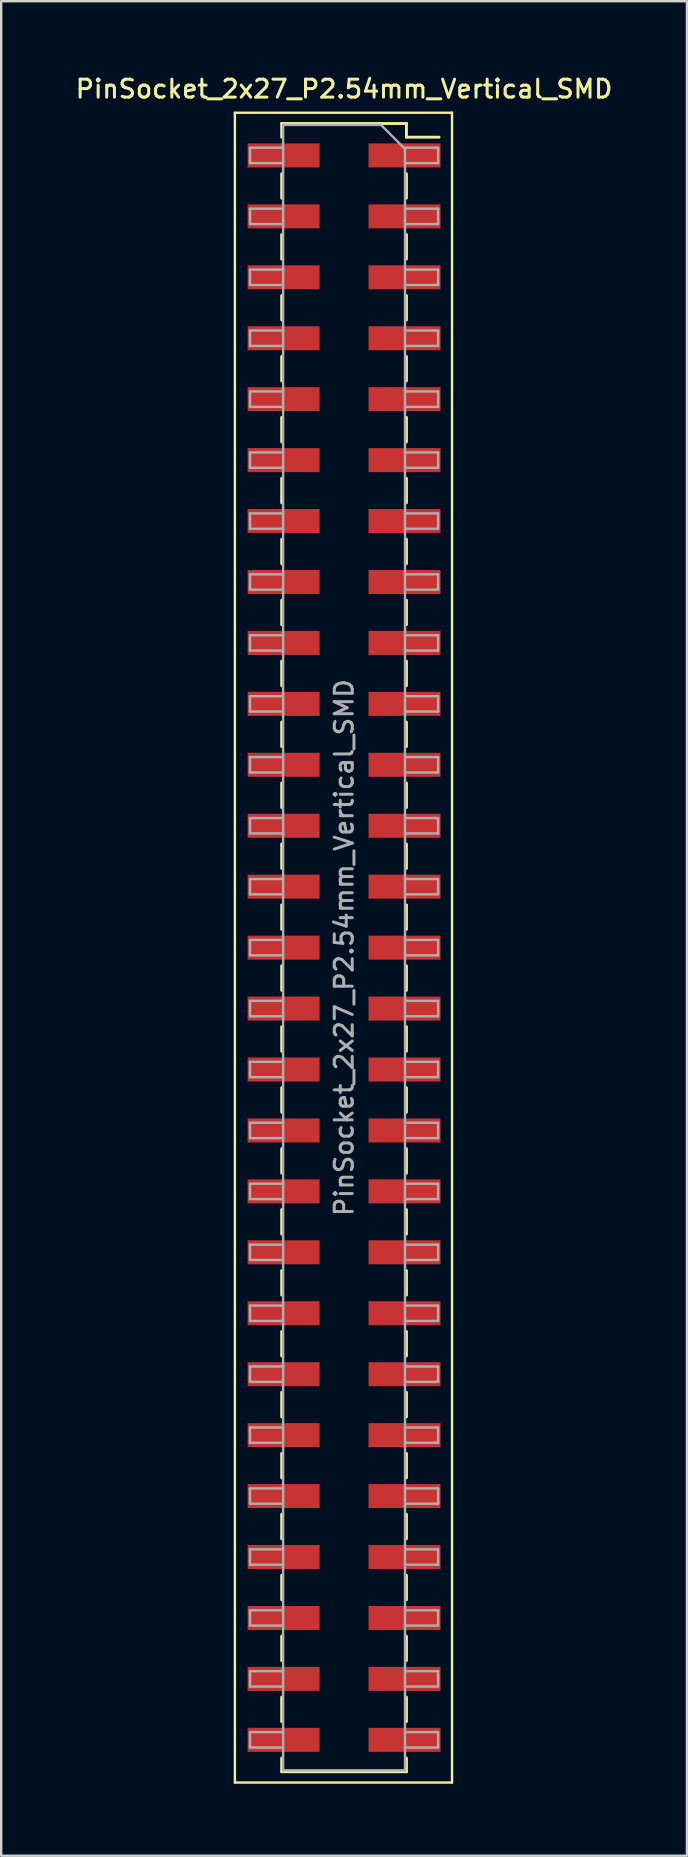
<source format=kicad_pcb>
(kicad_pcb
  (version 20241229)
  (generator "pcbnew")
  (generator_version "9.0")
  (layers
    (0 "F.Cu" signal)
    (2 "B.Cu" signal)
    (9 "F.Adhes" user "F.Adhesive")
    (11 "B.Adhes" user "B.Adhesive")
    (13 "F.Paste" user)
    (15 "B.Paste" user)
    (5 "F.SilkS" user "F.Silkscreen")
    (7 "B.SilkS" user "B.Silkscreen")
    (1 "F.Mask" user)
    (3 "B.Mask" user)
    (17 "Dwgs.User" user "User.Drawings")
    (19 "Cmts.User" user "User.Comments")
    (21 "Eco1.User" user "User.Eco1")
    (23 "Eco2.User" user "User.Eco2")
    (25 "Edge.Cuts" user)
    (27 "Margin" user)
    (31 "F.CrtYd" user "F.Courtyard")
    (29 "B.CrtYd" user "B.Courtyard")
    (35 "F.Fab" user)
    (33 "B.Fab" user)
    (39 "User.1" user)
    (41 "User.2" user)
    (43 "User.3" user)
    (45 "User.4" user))
  (footprint "PinSocket_2x27_P2.54mm_Vertical_SMD"
    (layer "F.Cu")
    (at 11.291 36.448)
    (property "Reference" "PinSocket_2x27_P2.54mm_Vertical_SMD" (at 0 -35.79 0) (layer "F.SilkS") (effects (font (size 0.75 0.75) (thickness 0.125))))
    (attr smd)
    (fp_line (start -4.55 -34.8) (end 4.5 -34.8) (stroke (width 0.1) (type solid)) (layer "F.SilkS"))
    (fp_line (start -4.55 34.8) (end -4.55 -34.8) (stroke (width 0.1) (type solid)) (layer "F.SilkS"))
    (fp_line (start -2.6 -34.35) (end -2.6 -33.78) (stroke (width 0.12) (type solid)) (layer "F.SilkS"))
    (fp_line (start -2.6 -34.35) (end 2.6 -34.35) (stroke (width 0.12) (type solid)) (layer "F.SilkS"))
    (fp_line (start -2.6 -32.26) (end -2.6 -31.24) (stroke (width 0.12) (type solid)) (layer "F.SilkS"))
    (fp_line (start -2.6 -29.72) (end -2.6 -28.7) (stroke (width 0.12) (type solid)) (layer "F.SilkS"))
    (fp_line (start -2.6 -27.18) (end -2.6 -26.16) (stroke (width 0.12) (type solid)) (layer "F.SilkS"))
    (fp_line (start -2.6 -24.64) (end -2.6 -23.62) (stroke (width 0.12) (type solid)) (layer "F.SilkS"))
    (fp_line (start -2.6 -22.1) (end -2.6 -21.08) (stroke (width 0.12) (type solid)) (layer "F.SilkS"))
    (fp_line (start -2.6 -19.56) (end -2.6 -18.54) (stroke (width 0.12) (type solid)) (layer "F.SilkS"))
    (fp_line (start -2.6 -17.02) (end -2.6 -16) (stroke (width 0.12) (type solid)) (layer "F.SilkS"))
    (fp_line (start -2.6 -14.48) (end -2.6 -13.46) (stroke (width 0.12) (type solid)) (layer "F.SilkS"))
    (fp_line (start -2.6 -11.94) (end -2.6 -10.92) (stroke (width 0.12) (type solid)) (layer "F.SilkS"))
    (fp_line (start -2.6 -9.4) (end -2.6 -8.38) (stroke (width 0.12) (type solid)) (layer "F.SilkS"))
    (fp_line (start -2.6 -6.86) (end -2.6 -5.84) (stroke (width 0.12) (type solid)) (layer "F.SilkS"))
    (fp_line (start -2.6 -4.32) (end -2.6 -3.3) (stroke (width 0.12) (type solid)) (layer "F.SilkS"))
    (fp_line (start -2.6 -1.78) (end -2.6 -0.76) (stroke (width 0.12) (type solid)) (layer "F.SilkS"))
    (fp_line (start -2.6 0.76) (end -2.6 1.78) (stroke (width 0.12) (type solid)) (layer "F.SilkS"))
    (fp_line (start -2.6 3.3) (end -2.6 4.32) (stroke (width 0.12) (type solid)) (layer "F.SilkS"))
    (fp_line (start -2.6 5.84) (end -2.6 6.86) (stroke (width 0.12) (type solid)) (layer "F.SilkS"))
    (fp_line (start -2.6 8.38) (end -2.6 9.4) (stroke (width 0.12) (type solid)) (layer "F.SilkS"))
    (fp_line (start -2.6 10.92) (end -2.6 11.94) (stroke (width 0.12) (type solid)) (layer "F.SilkS"))
    (fp_line (start -2.6 13.46) (end -2.6 14.48) (stroke (width 0.12) (type solid)) (layer "F.SilkS"))
    (fp_line (start -2.6 16) (end -2.6 17.02) (stroke (width 0.12) (type solid)) (layer "F.SilkS"))
    (fp_line (start -2.6 18.54) (end -2.6 19.56) (stroke (width 0.12) (type solid)) (layer "F.SilkS"))
    (fp_line (start -2.6 21.08) (end -2.6 22.1) (stroke (width 0.12) (type solid)) (layer "F.SilkS"))
    (fp_line (start -2.6 23.62) (end -2.6 24.64) (stroke (width 0.12) (type solid)) (layer "F.SilkS"))
    (fp_line (start -2.6 26.16) (end -2.6 27.18) (stroke (width 0.12) (type solid)) (layer "F.SilkS"))
    (fp_line (start -2.6 28.7) (end -2.6 29.72) (stroke (width 0.12) (type solid)) (layer "F.SilkS"))
    (fp_line (start -2.6 31.24) (end -2.6 32.26) (stroke (width 0.12) (type solid)) (layer "F.SilkS"))
    (fp_line (start -2.6 33.78) (end -2.6 34.35) (stroke (width 0.12) (type solid)) (layer "F.SilkS"))
    (fp_line (start -2.6 34.35) (end 2.6 34.35) (stroke (width 0.12) (type solid)) (layer "F.SilkS"))
    (fp_line (start 2.6 -34.35) (end 2.6 -33.78) (stroke (width 0.12) (type solid)) (layer "F.SilkS"))
    (fp_line (start 2.6 -33.78) (end 3.96 -33.78) (stroke (width 0.12) (type solid)) (layer "F.SilkS"))
    (fp_line (start 2.6 -32.26) (end 2.6 -31.24) (stroke (width 0.12) (type solid)) (layer "F.SilkS"))
    (fp_line (start 2.6 -29.72) (end 2.6 -28.7) (stroke (width 0.12) (type solid)) (layer "F.SilkS"))
    (fp_line (start 2.6 -27.18) (end 2.6 -26.16) (stroke (width 0.12) (type solid)) (layer "F.SilkS"))
    (fp_line (start 2.6 -24.64) (end 2.6 -23.62) (stroke (width 0.12) (type solid)) (layer "F.SilkS"))
    (fp_line (start 2.6 -22.1) (end 2.6 -21.08) (stroke (width 0.12) (type solid)) (layer "F.SilkS"))
    (fp_line (start 2.6 -19.56) (end 2.6 -18.54) (stroke (width 0.12) (type solid)) (layer "F.SilkS"))
    (fp_line (start 2.6 -17.02) (end 2.6 -16) (stroke (width 0.12) (type solid)) (layer "F.SilkS"))
    (fp_line (start 2.6 -14.48) (end 2.6 -13.46) (stroke (width 0.12) (type solid)) (layer "F.SilkS"))
    (fp_line (start 2.6 -11.94) (end 2.6 -10.92) (stroke (width 0.12) (type solid)) (layer "F.SilkS"))
    (fp_line (start 2.6 -9.4) (end 2.6 -8.38) (stroke (width 0.12) (type solid)) (layer "F.SilkS"))
    (fp_line (start 2.6 -6.86) (end 2.6 -5.84) (stroke (width 0.12) (type solid)) (layer "F.SilkS"))
    (fp_line (start 2.6 -4.32) (end 2.6 -3.3) (stroke (width 0.12) (type solid)) (layer "F.SilkS"))
    (fp_line (start 2.6 -1.78) (end 2.6 -0.76) (stroke (width 0.12) (type solid)) (layer "F.SilkS"))
    (fp_line (start 2.6 0.76) (end 2.6 1.78) (stroke (width 0.12) (type solid)) (layer "F.SilkS"))
    (fp_line (start 2.6 3.3) (end 2.6 4.32) (stroke (width 0.12) (type solid)) (layer "F.SilkS"))
    (fp_line (start 2.6 5.84) (end 2.6 6.86) (stroke (width 0.12) (type solid)) (layer "F.SilkS"))
    (fp_line (start 2.6 8.38) (end 2.6 9.4) (stroke (width 0.12) (type solid)) (layer "F.SilkS"))
    (fp_line (start 2.6 10.92) (end 2.6 11.94) (stroke (width 0.12) (type solid)) (layer "F.SilkS"))
    (fp_line (start 2.6 13.46) (end 2.6 14.48) (stroke (width 0.12) (type solid)) (layer "F.SilkS"))
    (fp_line (start 2.6 16) (end 2.6 17.02) (stroke (width 0.12) (type solid)) (layer "F.SilkS"))
    (fp_line (start 2.6 18.54) (end 2.6 19.56) (stroke (width 0.12) (type solid)) (layer "F.SilkS"))
    (fp_line (start 2.6 21.08) (end 2.6 22.1) (stroke (width 0.12) (type solid)) (layer "F.SilkS"))
    (fp_line (start 2.6 23.62) (end 2.6 24.64) (stroke (width 0.12) (type solid)) (layer "F.SilkS"))
    (fp_line (start 2.6 26.16) (end 2.6 27.18) (stroke (width 0.12) (type solid)) (layer "F.SilkS"))
    (fp_line (start 2.6 28.7) (end 2.6 29.72) (stroke (width 0.12) (type solid)) (layer "F.SilkS"))
    (fp_line (start 2.6 31.24) (end 2.6 32.26) (stroke (width 0.12) (type solid)) (layer "F.SilkS"))
    (fp_line (start 2.6 33.78) (end 2.6 34.35) (stroke (width 0.12) (type solid)) (layer "F.SilkS"))
    (fp_line (start 4.5 -34.8) (end 4.5 34.8) (stroke (width 0.1) (type solid)) (layer "F.SilkS"))
    (fp_line (start 4.5 34.8) (end -4.55 34.8) (stroke (width 0.1) (type solid)) (layer "F.SilkS"))
    (fp_line (start -3.92 -33.34) (end -2.54 -33.34) (stroke (width 0.1) (type solid)) (layer "F.Fab"))
    (fp_line (start -3.92 -32.7) (end -3.92 -33.34) (stroke (width 0.1) (type solid)) (layer "F.Fab"))
    (fp_line (start -3.92 -30.8) (end -2.54 -30.8) (stroke (width 0.1) (type solid)) (layer "F.Fab"))
    (fp_line (start -3.92 -30.16) (end -3.92 -30.8) (stroke (width 0.1) (type solid)) (layer "F.Fab"))
    (fp_line (start -3.92 -28.26) (end -2.54 -28.26) (stroke (width 0.1) (type solid)) (layer "F.Fab"))
    (fp_line (start -3.92 -27.62) (end -3.92 -28.26) (stroke (width 0.1) (type solid)) (layer "F.Fab"))
    (fp_line (start -3.92 -25.72) (end -2.54 -25.72) (stroke (width 0.1) (type solid)) (layer "F.Fab"))
    (fp_line (start -3.92 -25.08) (end -3.92 -25.72) (stroke (width 0.1) (type solid)) (layer "F.Fab"))
    (fp_line (start -3.92 -23.18) (end -2.54 -23.18) (stroke (width 0.1) (type solid)) (layer "F.Fab"))
    (fp_line (start -3.92 -22.54) (end -3.92 -23.18) (stroke (width 0.1) (type solid)) (layer "F.Fab"))
    (fp_line (start -3.92 -20.64) (end -2.54 -20.64) (stroke (width 0.1) (type solid)) (layer "F.Fab"))
    (fp_line (start -3.92 -20) (end -3.92 -20.64) (stroke (width 0.1) (type solid)) (layer "F.Fab"))
    (fp_line (start -3.92 -18.1) (end -2.54 -18.1) (stroke (width 0.1) (type solid)) (layer "F.Fab"))
    (fp_line (start -3.92 -17.46) (end -3.92 -18.1) (stroke (width 0.1) (type solid)) (layer "F.Fab"))
    (fp_line (start -3.92 -15.56) (end -2.54 -15.56) (stroke (width 0.1) (type solid)) (layer "F.Fab"))
    (fp_line (start -3.92 -14.92) (end -3.92 -15.56) (stroke (width 0.1) (type solid)) (layer "F.Fab"))
    (fp_line (start -3.92 -13.02) (end -2.54 -13.02) (stroke (width 0.1) (type solid)) (layer "F.Fab"))
    (fp_line (start -3.92 -12.38) (end -3.92 -13.02) (stroke (width 0.1) (type solid)) (layer "F.Fab"))
    (fp_line (start -3.92 -10.48) (end -2.54 -10.48) (stroke (width 0.1) (type solid)) (layer "F.Fab"))
    (fp_line (start -3.92 -9.84) (end -3.92 -10.48) (stroke (width 0.1) (type solid)) (layer "F.Fab"))
    (fp_line (start -3.92 -7.94) (end -2.54 -7.94) (stroke (width 0.1) (type solid)) (layer "F.Fab"))
    (fp_line (start -3.92 -7.3) (end -3.92 -7.94) (stroke (width 0.1) (type solid)) (layer "F.Fab"))
    (fp_line (start -3.92 -5.4) (end -2.54 -5.4) (stroke (width 0.1) (type solid)) (layer "F.Fab"))
    (fp_line (start -3.92 -4.76) (end -3.92 -5.4) (stroke (width 0.1) (type solid)) (layer "F.Fab"))
    (fp_line (start -3.92 -2.86) (end -2.54 -2.86) (stroke (width 0.1) (type solid)) (layer "F.Fab"))
    (fp_line (start -3.92 -2.22) (end -3.92 -2.86) (stroke (width 0.1) (type solid)) (layer "F.Fab"))
    (fp_line (start -3.92 -0.32) (end -2.54 -0.32) (stroke (width 0.1) (type solid)) (layer "F.Fab"))
    (fp_line (start -3.92 0.32) (end -3.92 -0.32) (stroke (width 0.1) (type solid)) (layer "F.Fab"))
    (fp_line (start -3.92 2.22) (end -2.54 2.22) (stroke (width 0.1) (type solid)) (layer "F.Fab"))
    (fp_line (start -3.92 2.86) (end -3.92 2.22) (stroke (width 0.1) (type solid)) (layer "F.Fab"))
    (fp_line (start -3.92 4.76) (end -2.54 4.76) (stroke (width 0.1) (type solid)) (layer "F.Fab"))
    (fp_line (start -3.92 5.4) (end -3.92 4.76) (stroke (width 0.1) (type solid)) (layer "F.Fab"))
    (fp_line (start -3.92 7.3) (end -2.54 7.3) (stroke (width 0.1) (type solid)) (layer "F.Fab"))
    (fp_line (start -3.92 7.94) (end -3.92 7.3) (stroke (width 0.1) (type solid)) (layer "F.Fab"))
    (fp_line (start -3.92 9.84) (end -2.54 9.84) (stroke (width 0.1) (type solid)) (layer "F.Fab"))
    (fp_line (start -3.92 10.48) (end -3.92 9.84) (stroke (width 0.1) (type solid)) (layer "F.Fab"))
    (fp_line (start -3.92 12.38) (end -2.54 12.38) (stroke (width 0.1) (type solid)) (layer "F.Fab"))
    (fp_line (start -3.92 13.02) (end -3.92 12.38) (stroke (width 0.1) (type solid)) (layer "F.Fab"))
    (fp_line (start -3.92 14.92) (end -2.54 14.92) (stroke (width 0.1) (type solid)) (layer "F.Fab"))
    (fp_line (start -3.92 15.56) (end -3.92 14.92) (stroke (width 0.1) (type solid)) (layer "F.Fab"))
    (fp_line (start -3.92 17.46) (end -2.54 17.46) (stroke (width 0.1) (type solid)) (layer "F.Fab"))
    (fp_line (start -3.92 18.1) (end -3.92 17.46) (stroke (width 0.1) (type solid)) (layer "F.Fab"))
    (fp_line (start -3.92 20) (end -2.54 20) (stroke (width 0.1) (type solid)) (layer "F.Fab"))
    (fp_line (start -3.92 20.64) (end -3.92 20) (stroke (width 0.1) (type solid)) (layer "F.Fab"))
    (fp_line (start -3.92 22.54) (end -2.54 22.54) (stroke (width 0.1) (type solid)) (layer "F.Fab"))
    (fp_line (start -3.92 23.18) (end -3.92 22.54) (stroke (width 0.1) (type solid)) (layer "F.Fab"))
    (fp_line (start -3.92 25.08) (end -2.54 25.08) (stroke (width 0.1) (type solid)) (layer "F.Fab"))
    (fp_line (start -3.92 25.72) (end -3.92 25.08) (stroke (width 0.1) (type solid)) (layer "F.Fab"))
    (fp_line (start -3.92 27.62) (end -2.54 27.62) (stroke (width 0.1) (type solid)) (layer "F.Fab"))
    (fp_line (start -3.92 28.26) (end -3.92 27.62) (stroke (width 0.1) (type solid)) (layer "F.Fab"))
    (fp_line (start -3.92 30.16) (end -2.54 30.16) (stroke (width 0.1) (type solid)) (layer "F.Fab"))
    (fp_line (start -3.92 30.8) (end -3.92 30.16) (stroke (width 0.1) (type solid)) (layer "F.Fab"))
    (fp_line (start -3.92 32.7) (end -2.54 32.7) (stroke (width 0.1) (type solid)) (layer "F.Fab"))
    (fp_line (start -3.92 33.34) (end -3.92 32.7) (stroke (width 0.1) (type solid)) (layer "F.Fab"))
    (fp_line (start -2.54 -34.29) (end 1.54 -34.29) (stroke (width 0.1) (type solid)) (layer "F.Fab"))
    (fp_line (start -2.54 -32.7) (end -3.92 -32.7) (stroke (width 0.1) (type solid)) (layer "F.Fab"))
    (fp_line (start -2.54 -30.16) (end -3.92 -30.16) (stroke (width 0.1) (type solid)) (layer "F.Fab"))
    (fp_line (start -2.54 -27.62) (end -3.92 -27.62) (stroke (width 0.1) (type solid)) (layer "F.Fab"))
    (fp_line (start -2.54 -25.08) (end -3.92 -25.08) (stroke (width 0.1) (type solid)) (layer "F.Fab"))
    (fp_line (start -2.54 -22.54) (end -3.92 -22.54) (stroke (width 0.1) (type solid)) (layer "F.Fab"))
    (fp_line (start -2.54 -20) (end -3.92 -20) (stroke (width 0.1) (type solid)) (layer "F.Fab"))
    (fp_line (start -2.54 -17.46) (end -3.92 -17.46) (stroke (width 0.1) (type solid)) (layer "F.Fab"))
    (fp_line (start -2.54 -14.92) (end -3.92 -14.92) (stroke (width 0.1) (type solid)) (layer "F.Fab"))
    (fp_line (start -2.54 -12.38) (end -3.92 -12.38) (stroke (width 0.1) (type solid)) (layer "F.Fab"))
    (fp_line (start -2.54 -9.84) (end -3.92 -9.84) (stroke (width 0.1) (type solid)) (layer "F.Fab"))
    (fp_line (start -2.54 -7.3) (end -3.92 -7.3) (stroke (width 0.1) (type solid)) (layer "F.Fab"))
    (fp_line (start -2.54 -4.76) (end -3.92 -4.76) (stroke (width 0.1) (type solid)) (layer "F.Fab"))
    (fp_line (start -2.54 -2.22) (end -3.92 -2.22) (stroke (width 0.1) (type solid)) (layer "F.Fab"))
    (fp_line (start -2.54 0.32) (end -3.92 0.32) (stroke (width 0.1) (type solid)) (layer "F.Fab"))
    (fp_line (start -2.54 2.86) (end -3.92 2.86) (stroke (width 0.1) (type solid)) (layer "F.Fab"))
    (fp_line (start -2.54 5.4) (end -3.92 5.4) (stroke (width 0.1) (type solid)) (layer "F.Fab"))
    (fp_line (start -2.54 7.94) (end -3.92 7.94) (stroke (width 0.1) (type solid)) (layer "F.Fab"))
    (fp_line (start -2.54 10.48) (end -3.92 10.48) (stroke (width 0.1) (type solid)) (layer "F.Fab"))
    (fp_line (start -2.54 13.02) (end -3.92 13.02) (stroke (width 0.1) (type solid)) (layer "F.Fab"))
    (fp_line (start -2.54 15.56) (end -3.92 15.56) (stroke (width 0.1) (type solid)) (layer "F.Fab"))
    (fp_line (start -2.54 18.1) (end -3.92 18.1) (stroke (width 0.1) (type solid)) (layer "F.Fab"))
    (fp_line (start -2.54 20.64) (end -3.92 20.64) (stroke (width 0.1) (type solid)) (layer "F.Fab"))
    (fp_line (start -2.54 23.18) (end -3.92 23.18) (stroke (width 0.1) (type solid)) (layer "F.Fab"))
    (fp_line (start -2.54 25.72) (end -3.92 25.72) (stroke (width 0.1) (type solid)) (layer "F.Fab"))
    (fp_line (start -2.54 28.26) (end -3.92 28.26) (stroke (width 0.1) (type solid)) (layer "F.Fab"))
    (fp_line (start -2.54 30.8) (end -3.92 30.8) (stroke (width 0.1) (type solid)) (layer "F.Fab"))
    (fp_line (start -2.54 33.34) (end -3.92 33.34) (stroke (width 0.1) (type solid)) (layer "F.Fab"))
    (fp_line (start -2.54 34.29) (end -2.54 -34.29) (stroke (width 0.1) (type solid)) (layer "F.Fab"))
    (fp_line (start 1.54 -34.29) (end 2.54 -33.29) (stroke (width 0.1) (type solid)) (layer "F.Fab"))
    (fp_line (start 2.54 -33.34) (end 3.92 -33.34) (stroke (width 0.1) (type solid)) (layer "F.Fab"))
    (fp_line (start 2.54 -33.29) (end 2.54 34.29) (stroke (width 0.1) (type solid)) (layer "F.Fab"))
    (fp_line (start 2.54 -30.8) (end 3.92 -30.8) (stroke (width 0.1) (type solid)) (layer "F.Fab"))
    (fp_line (start 2.54 -28.26) (end 3.92 -28.26) (stroke (width 0.1) (type solid)) (layer "F.Fab"))
    (fp_line (start 2.54 -25.72) (end 3.92 -25.72) (stroke (width 0.1) (type solid)) (layer "F.Fab"))
    (fp_line (start 2.54 -23.18) (end 3.92 -23.18) (stroke (width 0.1) (type solid)) (layer "F.Fab"))
    (fp_line (start 2.54 -20.64) (end 3.92 -20.64) (stroke (width 0.1) (type solid)) (layer "F.Fab"))
    (fp_line (start 2.54 -18.1) (end 3.92 -18.1) (stroke (width 0.1) (type solid)) (layer "F.Fab"))
    (fp_line (start 2.54 -15.56) (end 3.92 -15.56) (stroke (width 0.1) (type solid)) (layer "F.Fab"))
    (fp_line (start 2.54 -13.02) (end 3.92 -13.02) (stroke (width 0.1) (type solid)) (layer "F.Fab"))
    (fp_line (start 2.54 -10.48) (end 3.92 -10.48) (stroke (width 0.1) (type solid)) (layer "F.Fab"))
    (fp_line (start 2.54 -7.94) (end 3.92 -7.94) (stroke (width 0.1) (type solid)) (layer "F.Fab"))
    (fp_line (start 2.54 -5.4) (end 3.92 -5.4) (stroke (width 0.1) (type solid)) (layer "F.Fab"))
    (fp_line (start 2.54 -2.86) (end 3.92 -2.86) (stroke (width 0.1) (type solid)) (layer "F.Fab"))
    (fp_line (start 2.54 -0.32) (end 3.92 -0.32) (stroke (width 0.1) (type solid)) (layer "F.Fab"))
    (fp_line (start 2.54 2.22) (end 3.92 2.22) (stroke (width 0.1) (type solid)) (layer "F.Fab"))
    (fp_line (start 2.54 4.76) (end 3.92 4.76) (stroke (width 0.1) (type solid)) (layer "F.Fab"))
    (fp_line (start 2.54 7.3) (end 3.92 7.3) (stroke (width 0.1) (type solid)) (layer "F.Fab"))
    (fp_line (start 2.54 9.84) (end 3.92 9.84) (stroke (width 0.1) (type solid)) (layer "F.Fab"))
    (fp_line (start 2.54 12.38) (end 3.92 12.38) (stroke (width 0.1) (type solid)) (layer "F.Fab"))
    (fp_line (start 2.54 14.92) (end 3.92 14.92) (stroke (width 0.1) (type solid)) (layer "F.Fab"))
    (fp_line (start 2.54 17.46) (end 3.92 17.46) (stroke (width 0.1) (type solid)) (layer "F.Fab"))
    (fp_line (start 2.54 20) (end 3.92 20) (stroke (width 0.1) (type solid)) (layer "F.Fab"))
    (fp_line (start 2.54 22.54) (end 3.92 22.54) (stroke (width 0.1) (type solid)) (layer "F.Fab"))
    (fp_line (start 2.54 25.08) (end 3.92 25.08) (stroke (width 0.1) (type solid)) (layer "F.Fab"))
    (fp_line (start 2.54 27.62) (end 3.92 27.62) (stroke (width 0.1) (type solid)) (layer "F.Fab"))
    (fp_line (start 2.54 30.16) (end 3.92 30.16) (stroke (width 0.1) (type solid)) (layer "F.Fab"))
    (fp_line (start 2.54 32.7) (end 3.92 32.7) (stroke (width 0.1) (type solid)) (layer "F.Fab"))
    (fp_line (start 2.54 34.29) (end -2.54 34.29) (stroke (width 0.1) (type solid)) (layer "F.Fab"))
    (fp_line (start 3.92 -33.34) (end 3.92 -32.7) (stroke (width 0.1) (type solid)) (layer "F.Fab"))
    (fp_line (start 3.92 -32.7) (end 2.54 -32.7) (stroke (width 0.1) (type solid)) (layer "F.Fab"))
    (fp_line (start 3.92 -30.8) (end 3.92 -30.16) (stroke (width 0.1) (type solid)) (layer "F.Fab"))
    (fp_line (start 3.92 -30.16) (end 2.54 -30.16) (stroke (width 0.1) (type solid)) (layer "F.Fab"))
    (fp_line (start 3.92 -28.26) (end 3.92 -27.62) (stroke (width 0.1) (type solid)) (layer "F.Fab"))
    (fp_line (start 3.92 -27.62) (end 2.54 -27.62) (stroke (width 0.1) (type solid)) (layer "F.Fab"))
    (fp_line (start 3.92 -25.72) (end 3.92 -25.08) (stroke (width 0.1) (type solid)) (layer "F.Fab"))
    (fp_line (start 3.92 -25.08) (end 2.54 -25.08) (stroke (width 0.1) (type solid)) (layer "F.Fab"))
    (fp_line (start 3.92 -23.18) (end 3.92 -22.54) (stroke (width 0.1) (type solid)) (layer "F.Fab"))
    (fp_line (start 3.92 -22.54) (end 2.54 -22.54) (stroke (width 0.1) (type solid)) (layer "F.Fab"))
    (fp_line (start 3.92 -20.64) (end 3.92 -20) (stroke (width 0.1) (type solid)) (layer "F.Fab"))
    (fp_line (start 3.92 -20) (end 2.54 -20) (stroke (width 0.1) (type solid)) (layer "F.Fab"))
    (fp_line (start 3.92 -18.1) (end 3.92 -17.46) (stroke (width 0.1) (type solid)) (layer "F.Fab"))
    (fp_line (start 3.92 -17.46) (end 2.54 -17.46) (stroke (width 0.1) (type solid)) (layer "F.Fab"))
    (fp_line (start 3.92 -15.56) (end 3.92 -14.92) (stroke (width 0.1) (type solid)) (layer "F.Fab"))
    (fp_line (start 3.92 -14.92) (end 2.54 -14.92) (stroke (width 0.1) (type solid)) (layer "F.Fab"))
    (fp_line (start 3.92 -13.02) (end 3.92 -12.38) (stroke (width 0.1) (type solid)) (layer "F.Fab"))
    (fp_line (start 3.92 -12.38) (end 2.54 -12.38) (stroke (width 0.1) (type solid)) (layer "F.Fab"))
    (fp_line (start 3.92 -10.48) (end 3.92 -9.84) (stroke (width 0.1) (type solid)) (layer "F.Fab"))
    (fp_line (start 3.92 -9.84) (end 2.54 -9.84) (stroke (width 0.1) (type solid)) (layer "F.Fab"))
    (fp_line (start 3.92 -7.94) (end 3.92 -7.3) (stroke (width 0.1) (type solid)) (layer "F.Fab"))
    (fp_line (start 3.92 -7.3) (end 2.54 -7.3) (stroke (width 0.1) (type solid)) (layer "F.Fab"))
    (fp_line (start 3.92 -5.4) (end 3.92 -4.76) (stroke (width 0.1) (type solid)) (layer "F.Fab"))
    (fp_line (start 3.92 -4.76) (end 2.54 -4.76) (stroke (width 0.1) (type solid)) (layer "F.Fab"))
    (fp_line (start 3.92 -2.86) (end 3.92 -2.22) (stroke (width 0.1) (type solid)) (layer "F.Fab"))
    (fp_line (start 3.92 -2.22) (end 2.54 -2.22) (stroke (width 0.1) (type solid)) (layer "F.Fab"))
    (fp_line (start 3.92 -0.32) (end 3.92 0.32) (stroke (width 0.1) (type solid)) (layer "F.Fab"))
    (fp_line (start 3.92 0.32) (end 2.54 0.32) (stroke (width 0.1) (type solid)) (layer "F.Fab"))
    (fp_line (start 3.92 2.22) (end 3.92 2.86) (stroke (width 0.1) (type solid)) (layer "F.Fab"))
    (fp_line (start 3.92 2.86) (end 2.54 2.86) (stroke (width 0.1) (type solid)) (layer "F.Fab"))
    (fp_line (start 3.92 4.76) (end 3.92 5.4) (stroke (width 0.1) (type solid)) (layer "F.Fab"))
    (fp_line (start 3.92 5.4) (end 2.54 5.4) (stroke (width 0.1) (type solid)) (layer "F.Fab"))
    (fp_line (start 3.92 7.3) (end 3.92 7.94) (stroke (width 0.1) (type solid)) (layer "F.Fab"))
    (fp_line (start 3.92 7.94) (end 2.54 7.94) (stroke (width 0.1) (type solid)) (layer "F.Fab"))
    (fp_line (start 3.92 9.84) (end 3.92 10.48) (stroke (width 0.1) (type solid)) (layer "F.Fab"))
    (fp_line (start 3.92 10.48) (end 2.54 10.48) (stroke (width 0.1) (type solid)) (layer "F.Fab"))
    (fp_line (start 3.92 12.38) (end 3.92 13.02) (stroke (width 0.1) (type solid)) (layer "F.Fab"))
    (fp_line (start 3.92 13.02) (end 2.54 13.02) (stroke (width 0.1) (type solid)) (layer "F.Fab"))
    (fp_line (start 3.92 14.92) (end 3.92 15.56) (stroke (width 0.1) (type solid)) (layer "F.Fab"))
    (fp_line (start 3.92 15.56) (end 2.54 15.56) (stroke (width 0.1) (type solid)) (layer "F.Fab"))
    (fp_line (start 3.92 17.46) (end 3.92 18.1) (stroke (width 0.1) (type solid)) (layer "F.Fab"))
    (fp_line (start 3.92 18.1) (end 2.54 18.1) (stroke (width 0.1) (type solid)) (layer "F.Fab"))
    (fp_line (start 3.92 20) (end 3.92 20.64) (stroke (width 0.1) (type solid)) (layer "F.Fab"))
    (fp_line (start 3.92 20.64) (end 2.54 20.64) (stroke (width 0.1) (type solid)) (layer "F.Fab"))
    (fp_line (start 3.92 22.54) (end 3.92 23.18) (stroke (width 0.1) (type solid)) (layer "F.Fab"))
    (fp_line (start 3.92 23.18) (end 2.54 23.18) (stroke (width 0.1) (type solid)) (layer "F.Fab"))
    (fp_line (start 3.92 25.08) (end 3.92 25.72) (stroke (width 0.1) (type solid)) (layer "F.Fab"))
    (fp_line (start 3.92 25.72) (end 2.54 25.72) (stroke (width 0.1) (type solid)) (layer "F.Fab"))
    (fp_line (start 3.92 27.62) (end 3.92 28.26) (stroke (width 0.1) (type solid)) (layer "F.Fab"))
    (fp_line (start 3.92 28.26) (end 2.54 28.26) (stroke (width 0.1) (type solid)) (layer "F.Fab"))
    (fp_line (start 3.92 30.16) (end 3.92 30.8) (stroke (width 0.1) (type solid)) (layer "F.Fab"))
    (fp_line (start 3.92 30.8) (end 2.54 30.8) (stroke (width 0.1) (type solid)) (layer "F.Fab"))
    (fp_line (start 3.92 32.7) (end 3.92 33.34) (stroke (width 0.1) (type solid)) (layer "F.Fab"))
    (fp_line (start 3.92 33.34) (end 2.54 33.34) (stroke (width 0.1) (type solid)) (layer "F.Fab"))
    (fp_text user "${REFERENCE}" (at 0 0 90) (layer "F.Fab") (effects (font (size 0.75 0.75) (thickness 0.125))))
    (pad "1" smd rect (at 2.52 -33.02) (size 3 1) (layers "F.Cu" "F.Mask" "F.Paste"))
    (pad "2" smd rect (at -2.52 -33.02) (size 3 1) (layers "F.Cu" "F.Mask" "F.Paste"))
    (pad "3" smd rect (at 2.52 -30.48) (size 3 1) (layers "F.Cu" "F.Mask" "F.Paste"))
    (pad "4" smd rect (at -2.52 -30.48) (size 3 1) (layers "F.Cu" "F.Mask" "F.Paste"))
    (pad "5" smd rect (at 2.52 -27.94) (size 3 1) (layers "F.Cu" "F.Mask" "F.Paste"))
    (pad "6" smd rect (at -2.52 -27.94) (size 3 1) (layers "F.Cu" "F.Mask" "F.Paste"))
    (pad "7" smd rect (at 2.52 -25.4) (size 3 1) (layers "F.Cu" "F.Mask" "F.Paste"))
    (pad "8" smd rect (at -2.52 -25.4) (size 3 1) (layers "F.Cu" "F.Mask" "F.Paste"))
    (pad "9" smd rect (at 2.52 -22.86) (size 3 1) (layers "F.Cu" "F.Mask" "F.Paste"))
    (pad "10" smd rect (at -2.52 -22.86) (size 3 1) (layers "F.Cu" "F.Mask" "F.Paste"))
    (pad "11" smd rect (at 2.52 -20.32) (size 3 1) (layers "F.Cu" "F.Mask" "F.Paste"))
    (pad "12" smd rect (at -2.52 -20.32) (size 3 1) (layers "F.Cu" "F.Mask" "F.Paste"))
    (pad "13" smd rect (at 2.52 -17.78) (size 3 1) (layers "F.Cu" "F.Mask" "F.Paste"))
    (pad "14" smd rect (at -2.52 -17.78) (size 3 1) (layers "F.Cu" "F.Mask" "F.Paste"))
    (pad "15" smd rect (at 2.52 -15.24) (size 3 1) (layers "F.Cu" "F.Mask" "F.Paste"))
    (pad "16" smd rect (at -2.52 -15.24) (size 3 1) (layers "F.Cu" "F.Mask" "F.Paste"))
    (pad "17" smd rect (at 2.52 -12.7) (size 3 1) (layers "F.Cu" "F.Mask" "F.Paste"))
    (pad "18" smd rect (at -2.52 -12.7) (size 3 1) (layers "F.Cu" "F.Mask" "F.Paste"))
    (pad "19" smd rect (at 2.52 -10.16) (size 3 1) (layers "F.Cu" "F.Mask" "F.Paste"))
    (pad "20" smd rect (at -2.52 -10.16) (size 3 1) (layers "F.Cu" "F.Mask" "F.Paste"))
    (pad "21" smd rect (at 2.52 -7.62) (size 3 1) (layers "F.Cu" "F.Mask" "F.Paste"))
    (pad "22" smd rect (at -2.52 -7.62) (size 3 1) (layers "F.Cu" "F.Mask" "F.Paste"))
    (pad "23" smd rect (at 2.52 -5.08) (size 3 1) (layers "F.Cu" "F.Mask" "F.Paste"))
    (pad "24" smd rect (at -2.52 -5.08) (size 3 1) (layers "F.Cu" "F.Mask" "F.Paste"))
    (pad "25" smd rect (at 2.52 -2.54) (size 3 1) (layers "F.Cu" "F.Mask" "F.Paste"))
    (pad "26" smd rect (at -2.52 -2.54) (size 3 1) (layers "F.Cu" "F.Mask" "F.Paste"))
    (pad "27" smd rect (at 2.52 0) (size 3 1) (layers "F.Cu" "F.Mask" "F.Paste"))
    (pad "28" smd rect (at -2.52 0) (size 3 1) (layers "F.Cu" "F.Mask" "F.Paste"))
    (pad "29" smd rect (at 2.52 2.54) (size 3 1) (layers "F.Cu" "F.Mask" "F.Paste"))
    (pad "30" smd rect (at -2.52 2.54) (size 3 1) (layers "F.Cu" "F.Mask" "F.Paste"))
    (pad "31" smd rect (at 2.52 5.08) (size 3 1) (layers "F.Cu" "F.Mask" "F.Paste"))
    (pad "32" smd rect (at -2.52 5.08) (size 3 1) (layers "F.Cu" "F.Mask" "F.Paste"))
    (pad "33" smd rect (at 2.52 7.62) (size 3 1) (layers "F.Cu" "F.Mask" "F.Paste"))
    (pad "34" smd rect (at -2.52 7.62) (size 3 1) (layers "F.Cu" "F.Mask" "F.Paste"))
    (pad "35" smd rect (at 2.52 10.16) (size 3 1) (layers "F.Cu" "F.Mask" "F.Paste"))
    (pad "36" smd rect (at -2.52 10.16) (size 3 1) (layers "F.Cu" "F.Mask" "F.Paste"))
    (pad "37" smd rect (at 2.52 12.7) (size 3 1) (layers "F.Cu" "F.Mask" "F.Paste"))
    (pad "38" smd rect (at -2.52 12.7) (size 3 1) (layers "F.Cu" "F.Mask" "F.Paste"))
    (pad "39" smd rect (at 2.52 15.24) (size 3 1) (layers "F.Cu" "F.Mask" "F.Paste"))
    (pad "40" smd rect (at -2.52 15.24) (size 3 1) (layers "F.Cu" "F.Mask" "F.Paste"))
    (pad "41" smd rect (at 2.52 17.78) (size 3 1) (layers "F.Cu" "F.Mask" "F.Paste"))
    (pad "42" smd rect (at -2.52 17.78) (size 3 1) (layers "F.Cu" "F.Mask" "F.Paste"))
    (pad "43" smd rect (at 2.52 20.32) (size 3 1) (layers "F.Cu" "F.Mask" "F.Paste"))
    (pad "44" smd rect (at -2.52 20.32) (size 3 1) (layers "F.Cu" "F.Mask" "F.Paste"))
    (pad "45" smd rect (at 2.52 22.86) (size 3 1) (layers "F.Cu" "F.Mask" "F.Paste"))
    (pad "46" smd rect (at -2.52 22.86) (size 3 1) (layers "F.Cu" "F.Mask" "F.Paste"))
    (pad "47" smd rect (at 2.52 25.4) (size 3 1) (layers "F.Cu" "F.Mask" "F.Paste"))
    (pad "48" smd rect (at -2.52 25.4) (size 3 1) (layers "F.Cu" "F.Mask" "F.Paste"))
    (pad "49" smd rect (at 2.52 27.94) (size 3 1) (layers "F.Cu" "F.Mask" "F.Paste"))
    (pad "50" smd rect (at -2.52 27.94) (size 3 1) (layers "F.Cu" "F.Mask" "F.Paste"))
    (pad "51" smd rect (at 2.52 30.48) (size 3 1) (layers "F.Cu" "F.Mask" "F.Paste"))
    (pad "52" smd rect (at -2.52 30.48) (size 3 1) (layers "F.Cu" "F.Mask" "F.Paste"))
    (pad "53" smd rect (at 2.52 33.02) (size 3 1) (layers "F.Cu" "F.Mask" "F.Paste"))
    (pad "54" smd rect (at -2.52 33.02) (size 3 1) (layers "F.Cu" "F.Mask" "F.Paste")))
  (gr_rect
    (start -3 -3)
    (end 25.582 74.298)
    (stroke (width 0.1) (type default))
    (fill no)
    (layer "Edge.Cuts")))
</source>
